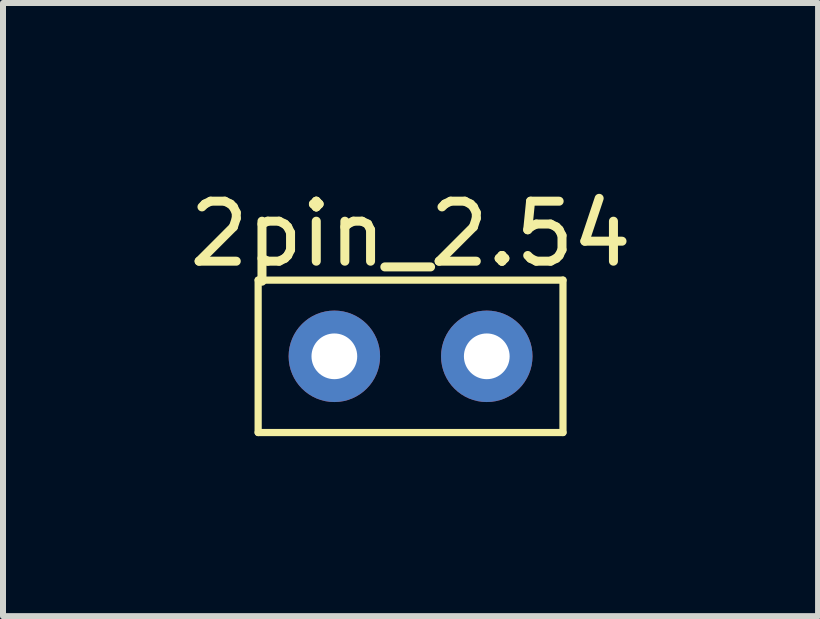
<source format=kicad_pcb>
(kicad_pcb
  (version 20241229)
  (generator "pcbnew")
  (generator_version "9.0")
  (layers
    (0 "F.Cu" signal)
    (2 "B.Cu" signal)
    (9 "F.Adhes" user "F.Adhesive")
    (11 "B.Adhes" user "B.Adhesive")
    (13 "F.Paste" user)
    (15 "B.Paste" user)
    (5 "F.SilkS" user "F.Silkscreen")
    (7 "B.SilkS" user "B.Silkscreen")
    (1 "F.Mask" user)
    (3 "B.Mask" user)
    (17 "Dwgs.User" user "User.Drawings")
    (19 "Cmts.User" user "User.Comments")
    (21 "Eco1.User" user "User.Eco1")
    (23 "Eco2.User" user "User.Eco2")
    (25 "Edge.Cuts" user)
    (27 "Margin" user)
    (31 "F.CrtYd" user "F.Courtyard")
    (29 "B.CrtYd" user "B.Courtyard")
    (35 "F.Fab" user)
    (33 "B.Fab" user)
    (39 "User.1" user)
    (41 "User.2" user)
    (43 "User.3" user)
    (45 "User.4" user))
  (footprint "2pin_2.54"
    (layer "F.Cu")
    (at 3.792 0.348)
    (property "Reference" "2pin_2.54" (at 0 0.5 0) (layer "F.SilkS") (effects (font (size 1 1) (thickness 0.15))))
    (attr through_hole)
    (fp_line (start -2.54 1.27) (end -2.54 3.81) (stroke (width 0.12) (type solid)) (layer "F.SilkS"))
    (fp_line (start -2.54 3.81) (end 2.54 3.81) (stroke (width 0.12) (type solid)) (layer "F.SilkS"))
    (fp_line (start 2.54 1.27) (end -2.54 1.27) (stroke (width 0.12) (type solid)) (layer "F.SilkS"))
    (fp_line (start 2.54 3.81) (end 2.54 1.27) (stroke (width 0.12) (type solid)) (layer "F.SilkS"))
    (pad "1" thru_hole circle (at -1.27 2.54) (size 1.524 1.524) (drill 0.762) (layers "*.Cu" "*.Mask"))
    (pad "2" thru_hole circle (at 1.27 2.54) (size 1.524 1.524) (drill 0.762) (layers "*.Cu" "*.Mask")))
  (gr_rect
    (start -3 -3)
    (end 10.583 7.218)
    (stroke (width 0.1) (type default))
    (fill no)
    (layer "Edge.Cuts")))
</source>
